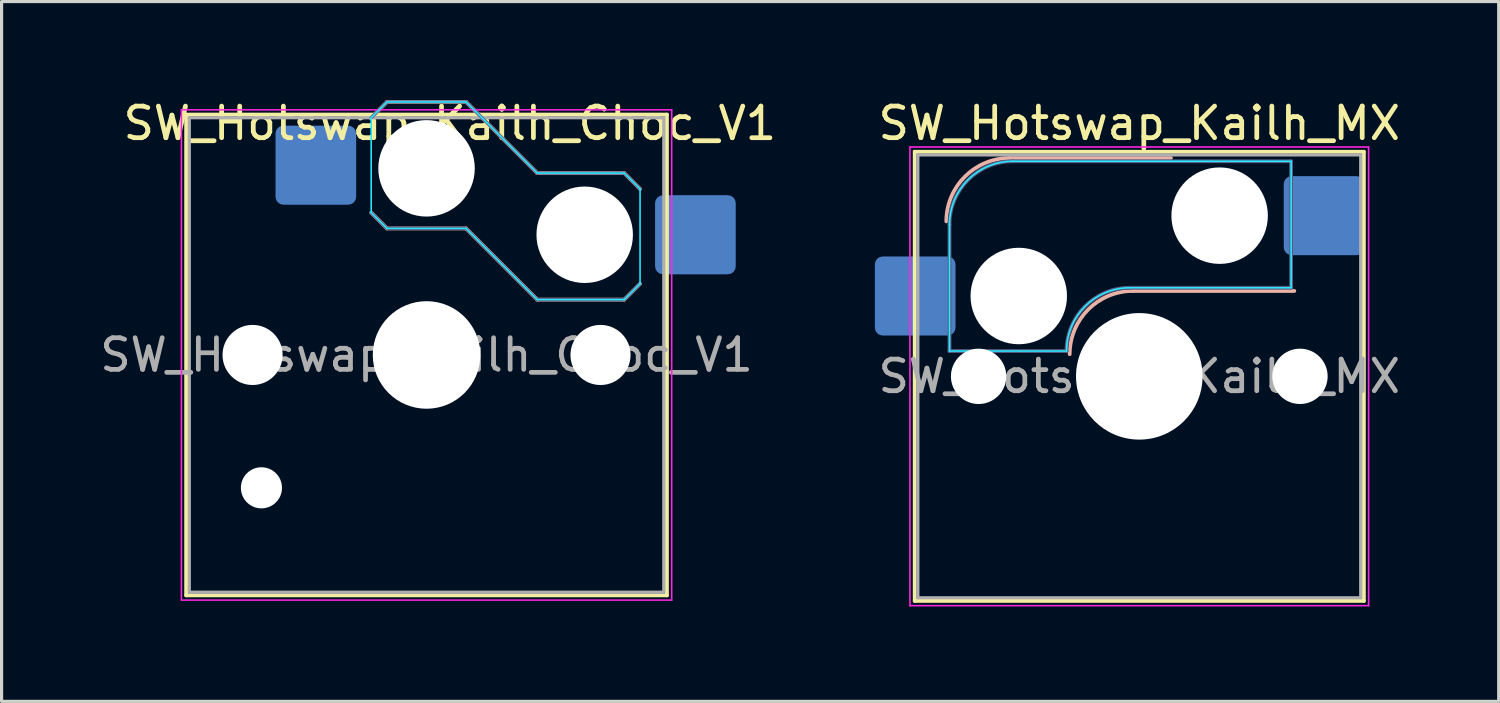
<source format=kicad_pcb>
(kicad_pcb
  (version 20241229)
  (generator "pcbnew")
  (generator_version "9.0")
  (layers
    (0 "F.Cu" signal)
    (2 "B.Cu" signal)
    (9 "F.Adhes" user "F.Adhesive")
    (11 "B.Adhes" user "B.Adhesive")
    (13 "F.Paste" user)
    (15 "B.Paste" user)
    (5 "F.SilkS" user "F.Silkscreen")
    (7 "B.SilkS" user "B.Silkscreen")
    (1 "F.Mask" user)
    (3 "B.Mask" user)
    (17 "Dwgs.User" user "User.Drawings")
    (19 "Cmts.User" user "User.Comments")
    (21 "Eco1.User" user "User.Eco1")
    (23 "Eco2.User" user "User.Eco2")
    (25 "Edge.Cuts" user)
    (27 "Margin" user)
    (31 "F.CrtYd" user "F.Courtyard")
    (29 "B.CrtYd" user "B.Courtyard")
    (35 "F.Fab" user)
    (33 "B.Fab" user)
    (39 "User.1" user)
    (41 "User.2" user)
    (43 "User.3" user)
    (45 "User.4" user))
  (footprint "SW_Hotswap_Kailh_Choc_V1"
    (layer "F.Cu")
    (at 10.435 8.172)
    (property "Reference" "SW_Hotswap_Kailh_Choc_V1" (at 0.736 -7.323 0) (layer "F.SilkS") (effects (font (size 1 1) (thickness 0.15))))
    (attr smd)
    (fp_line (start -7.6 -7.6) (end -7.6 7.6) (stroke (width 0.12) (type solid)) (layer "F.SilkS"))
    (fp_line (start -7.6 7.6) (end 7.6 7.6) (stroke (width 0.12) (type solid)) (layer "F.SilkS"))
    (fp_line (start 7.6 -7.6) (end -7.6 -7.6) (stroke (width 0.12) (type solid)) (layer "F.SilkS"))
    (fp_line (start 7.6 7.6) (end 7.6 -7.6) (stroke (width 0.12) (type solid)) (layer "F.SilkS"))
    (fp_line (start -1.75 -7.5) (end -1.25 -8) (stroke (width 0.12) (type solid)) (layer "B.SilkS"))
    (fp_line (start -1.25 -8) (end 1.25 -8) (stroke (width 0.12) (type solid)) (layer "B.SilkS"))
    (fp_line (start -1.25 -4) (end -1.75 -4.5) (stroke (width 0.12) (type solid)) (layer "B.SilkS"))
    (fp_line (start 1.25 -8) (end 3.5 -5.75) (stroke (width 0.12) (type solid)) (layer "B.SilkS"))
    (fp_line (start 1.25 -4) (end -1.25 -4) (stroke (width 0.12) (type solid)) (layer "B.SilkS"))
    (fp_line (start 3.5 -5.75) (end 6.25 -5.75) (stroke (width 0.12) (type solid)) (layer "B.SilkS"))
    (fp_line (start 3.5 -1.75) (end 1.25 -4) (stroke (width 0.12) (type solid)) (layer "B.SilkS"))
    (fp_line (start 6.25 -5.75) (end 6.75 -5.25) (stroke (width 0.12) (type solid)) (layer "B.SilkS"))
    (fp_line (start 6.25 -1.75) (end 3.5 -1.75) (stroke (width 0.12) (type solid)) (layer "B.SilkS"))
    (fp_line (start 6.75 -2.25) (end 6.25 -1.75) (stroke (width 0.12) (type solid)) (layer "B.SilkS"))
    (fp_line (start -7.25 -7.25) (end -7.25 7.25) (stroke (width 0.1) (type solid)) (layer "Eco1.User"))
    (fp_line (start -7.25 7.25) (end 7.25 7.25) (stroke (width 0.1) (type solid)) (layer "Eco1.User"))
    (fp_line (start 7.25 -7.25) (end -7.25 -7.25) (stroke (width 0.1) (type solid)) (layer "Eco1.User"))
    (fp_line (start 7.25 7.25) (end 7.25 -7.25) (stroke (width 0.1) (type solid)) (layer "Eco1.User"))
    (fp_line (start -1.75 -7.5) (end -1.25 -8) (stroke (width 0.05) (type solid)) (layer "B.CrtYd"))
    (fp_line (start -1.75 -4.5) (end -1.75 -7.5) (stroke (width 0.05) (type solid)) (layer "B.CrtYd"))
    (fp_line (start -1.25 -8) (end 1.25 -8) (stroke (width 0.05) (type solid)) (layer "B.CrtYd"))
    (fp_line (start -1.25 -4) (end -1.75 -4.5) (stroke (width 0.05) (type solid)) (layer "B.CrtYd"))
    (fp_line (start 1.25 -8) (end 3.5 -5.75) (stroke (width 0.05) (type solid)) (layer "B.CrtYd"))
    (fp_line (start 1.25 -4) (end -1.25 -4) (stroke (width 0.05) (type solid)) (layer "B.CrtYd"))
    (fp_line (start 3.5 -5.75) (end 6.25 -5.75) (stroke (width 0.05) (type solid)) (layer "B.CrtYd"))
    (fp_line (start 3.5 -1.75) (end 1.25 -4) (stroke (width 0.05) (type solid)) (layer "B.CrtYd"))
    (fp_line (start 6.25 -5.75) (end 6.75 -5.25) (stroke (width 0.05) (type solid)) (layer "B.CrtYd"))
    (fp_line (start 6.25 -1.75) (end 3.5 -1.75) (stroke (width 0.05) (type solid)) (layer "B.CrtYd"))
    (fp_line (start 6.75 -5.25) (end 6.75 -2.25) (stroke (width 0.05) (type solid)) (layer "B.CrtYd"))
    (fp_line (start 6.75 -2.25) (end 6.25 -1.75) (stroke (width 0.05) (type solid)) (layer "B.CrtYd"))
    (fp_line (start -7.75 -7.75) (end -7.75 7.75) (stroke (width 0.05) (type solid)) (layer "F.CrtYd"))
    (fp_line (start -7.75 7.75) (end 7.75 7.75) (stroke (width 0.05) (type solid)) (layer "F.CrtYd"))
    (fp_line (start 7.75 -7.75) (end -7.75 -7.75) (stroke (width 0.05) (type solid)) (layer "F.CrtYd"))
    (fp_line (start 7.75 7.75) (end 7.75 -7.75) (stroke (width 0.05) (type solid)) (layer "F.CrtYd"))
    (fp_line (start -1.75 -7.5) (end -1.25 -8) (stroke (width 0.1) (type solid)) (layer "B.Fab"))
    (fp_line (start -1.25 -8) (end 1.25 -8) (stroke (width 0.1) (type solid)) (layer "B.Fab"))
    (fp_line (start -1.25 -4) (end -1.75 -4.5) (stroke (width 0.1) (type solid)) (layer "B.Fab"))
    (fp_line (start 1.25 -8) (end 3.5 -5.75) (stroke (width 0.1) (type solid)) (layer "B.Fab"))
    (fp_line (start 1.25 -4) (end -1.25 -4) (stroke (width 0.1) (type solid)) (layer "B.Fab"))
    (fp_line (start 3.5 -5.75) (end 6.25 -5.75) (stroke (width 0.1) (type solid)) (layer "B.Fab"))
    (fp_line (start 3.5 -1.75) (end 1.25 -4) (stroke (width 0.1) (type solid)) (layer "B.Fab"))
    (fp_line (start 6.25 -5.75) (end 6.75 -5.25) (stroke (width 0.1) (type solid)) (layer "B.Fab"))
    (fp_line (start 6.25 -1.75) (end 3.5 -1.75) (stroke (width 0.1) (type solid)) (layer "B.Fab"))
    (fp_line (start 6.75 -2.25) (end 6.25 -1.75) (stroke (width 0.1) (type solid)) (layer "B.Fab"))
    (fp_line (start -7.5 -7.5) (end -7.5 7.5) (stroke (width 0.1) (type solid)) (layer "F.Fab"))
    (fp_line (start -7.5 7.5) (end 7.5 7.5) (stroke (width 0.1) (type solid)) (layer "F.Fab"))
    (fp_line (start 7.5 -7.5) (end -7.5 -7.5) (stroke (width 0.1) (type solid)) (layer "F.Fab"))
    (fp_line (start 7.5 7.5) (end 7.5 -7.5) (stroke (width 0.1) (type solid)) (layer "F.Fab"))
    (fp_text user "${REFERENCE}" (at 0 0 0) (layer "F.Fab") (effects (font (size 1 1) (thickness 0.15))))
    (pad "" np_thru_hole circle (at -5.5 0) (size 1.9 1.9) (drill 1.9) (layers "*.Cu" "*.Mask"))
    (pad "" np_thru_hole circle (at -5.22 4.2) (size 1.3 1.3) (drill 1.3) (layers "*.Cu" "*.Mask"))
    (pad "" np_thru_hole circle (at 0 -5.9) (size 3.05 3.05) (drill 3.05) (layers "*.Cu" "*.Mask"))
    (pad "" np_thru_hole circle (at 0 0) (size 3.4 3.4) (drill 3.4) (layers "*.Cu" "*.Mask"))
    (pad "" np_thru_hole circle (at 5 -3.8) (size 3.05 3.05) (drill 3.05) (layers "*.Cu" "*.Mask"))
    (pad "" np_thru_hole circle (at 5.5 0) (size 1.9 1.9) (drill 1.9) (layers "*.Cu" "*.Mask"))
    (pad "1" smd roundrect (at -3.5 -6) (size 2.55 2.5) (layers "B.Cu" "B.Mask" "B.Paste") (roundrect_rratio 0.1))
    (pad "2" smd roundrect (at 8.5 -3.8) (size 2.55 2.5) (layers "B.Cu" "B.Mask" "B.Paste") (roundrect_rratio 0.1)))
  (footprint "SW_Hotswap_Kailh_MX"
    (layer "F.Cu")
    (at 32.968 8.848)
    (property "Reference" "SW_Hotswap_Kailh_MX" (at 0 -8 0) (layer "F.SilkS") (effects (font (size 1 1) (thickness 0.15))))
    (attr smd)
    (fp_line (start -7.1 -7.1) (end -7.1 7.1) (stroke (width 0.12) (type solid)) (layer "F.SilkS"))
    (fp_line (start -7.1 7.1) (end 7.1 7.1) (stroke (width 0.12) (type solid)) (layer "F.SilkS"))
    (fp_line (start 7.1 -7.1) (end -7.1 -7.1) (stroke (width 0.12) (type solid)) (layer "F.SilkS"))
    (fp_line (start 7.1 7.1) (end 7.1 -7.1) (stroke (width 0.12) (type solid)) (layer "F.SilkS"))
    (fp_line (start -4.1 -6.9) (end 1 -6.9) (stroke (width 0.12) (type solid)) (layer "B.SilkS"))
    (fp_line (start -0.2 -2.7) (end 4.9 -2.7) (stroke (width 0.12) (type solid)) (layer "B.SilkS"))
    (fp_arc (start -6.1 -4.9) (mid -5.514214 -6.314214) (end -4.1 -6.9) (stroke (width 0.12) (type solid)) (layer "B.SilkS"))
    (fp_arc (start -2.2 -0.7) (mid -1.614214 -2.114214) (end -0.2 -2.7) (stroke (width 0.12) (type solid)) (layer "B.SilkS"))
    (fp_line (start -7.8 -6) (end -7 -6) (stroke (width 0.1) (type solid)) (layer "Eco1.User"))
    (fp_line (start -7.8 -2.9) (end -7.8 -6) (stroke (width 0.1) (type solid)) (layer "Eco1.User"))
    (fp_line (start -7.8 2.9) (end -7 2.9) (stroke (width 0.1) (type solid)) (layer "Eco1.User"))
    (fp_line (start -7.8 6) (end -7.8 2.9) (stroke (width 0.1) (type solid)) (layer "Eco1.User"))
    (fp_line (start -7 -7) (end 7 -7) (stroke (width 0.1) (type solid)) (layer "Eco1.User"))
    (fp_line (start -7 -6) (end -7 -7) (stroke (width 0.1) (type solid)) (layer "Eco1.User"))
    (fp_line (start -7 -2.9) (end -7.8 -2.9) (stroke (width 0.1) (type solid)) (layer "Eco1.User"))
    (fp_line (start -7 2.9) (end -7 -2.9) (stroke (width 0.1) (type solid)) (layer "Eco1.User"))
    (fp_line (start -7 6) (end -7.8 6) (stroke (width 0.1) (type solid)) (layer "Eco1.User"))
    (fp_line (start -7 7) (end -7 6) (stroke (width 0.1) (type solid)) (layer "Eco1.User"))
    (fp_line (start 7 -7) (end 7 -6) (stroke (width 0.1) (type solid)) (layer "Eco1.User"))
    (fp_line (start 7 -6) (end 7.8 -6) (stroke (width 0.1) (type solid)) (layer "Eco1.User"))
    (fp_line (start 7 -2.9) (end 7 2.9) (stroke (width 0.1) (type solid)) (layer "Eco1.User"))
    (fp_line (start 7 2.9) (end 7.8 2.9) (stroke (width 0.1) (type solid)) (layer "Eco1.User"))
    (fp_line (start 7 6) (end 7 7) (stroke (width 0.1) (type solid)) (layer "Eco1.User"))
    (fp_line (start 7 7) (end -7 7) (stroke (width 0.1) (type solid)) (layer "Eco1.User"))
    (fp_line (start 7.8 -6) (end 7.8 -2.9) (stroke (width 0.1) (type solid)) (layer "Eco1.User"))
    (fp_line (start 7.8 -2.9) (end 7 -2.9) (stroke (width 0.1) (type solid)) (layer "Eco1.User"))
    (fp_line (start 7.8 2.9) (end 7.8 6) (stroke (width 0.1) (type solid)) (layer "Eco1.User"))
    (fp_line (start 7.8 6) (end 7 6) (stroke (width 0.1) (type solid)) (layer "Eco1.User"))
    (fp_line (start -6 -0.8) (end -6 -4.8) (stroke (width 0.05) (type solid)) (layer "B.CrtYd"))
    (fp_line (start -6 -0.8) (end -2.3 -0.8) (stroke (width 0.05) (type solid)) (layer "B.CrtYd"))
    (fp_line (start -4 -6.8) (end 4.8 -6.8) (stroke (width 0.05) (type solid)) (layer "B.CrtYd"))
    (fp_line (start -0.3 -2.8) (end 4.8 -2.8) (stroke (width 0.05) (type solid)) (layer "B.CrtYd"))
    (fp_line (start 4.8 -6.8) (end 4.8 -2.8) (stroke (width 0.05) (type solid)) (layer "B.CrtYd"))
    (fp_arc (start -6 -4.8) (mid -5.414214 -6.214214) (end -4 -6.8) (stroke (width 0.05) (type solid)) (layer "B.CrtYd"))
    (fp_arc (start -2.3 -0.8) (mid -1.714214 -2.214214) (end -0.3 -2.8) (stroke (width 0.05) (type solid)) (layer "B.CrtYd"))
    (fp_line (start -7.25 -7.25) (end -7.25 7.25) (stroke (width 0.05) (type solid)) (layer "F.CrtYd"))
    (fp_line (start -7.25 7.25) (end 7.25 7.25) (stroke (width 0.05) (type solid)) (layer "F.CrtYd"))
    (fp_line (start 7.25 -7.25) (end -7.25 -7.25) (stroke (width 0.05) (type solid)) (layer "F.CrtYd"))
    (fp_line (start 7.25 7.25) (end 7.25 -7.25) (stroke (width 0.05) (type solid)) (layer "F.CrtYd"))
    (fp_line (start -6 -0.8) (end -6 -4.8) (stroke (width 0.12) (type solid)) (layer "B.Fab"))
    (fp_line (start -6 -0.8) (end -2.3 -0.8) (stroke (width 0.12) (type solid)) (layer "B.Fab"))
    (fp_line (start -4 -6.8) (end 4.8 -6.8) (stroke (width 0.12) (type solid)) (layer "B.Fab"))
    (fp_line (start -0.3 -2.8) (end 4.8 -2.8) (stroke (width 0.12) (type solid)) (layer "B.Fab"))
    (fp_line (start 4.8 -6.8) (end 4.8 -2.8) (stroke (width 0.12) (type solid)) (layer "B.Fab"))
    (fp_arc (start -6 -4.8) (mid -5.414214 -6.214214) (end -4 -6.8) (stroke (width 0.12) (type solid)) (layer "B.Fab"))
    (fp_arc (start -2.3 -0.8) (mid -1.714214 -2.214214) (end -0.3 -2.8) (stroke (width 0.12) (type solid)) (layer "B.Fab"))
    (fp_line (start -7 -7) (end -7 7) (stroke (width 0.1) (type solid)) (layer "F.Fab"))
    (fp_line (start -7 7) (end 7 7) (stroke (width 0.1) (type solid)) (layer "F.Fab"))
    (fp_line (start 7 -7) (end -7 -7) (stroke (width 0.1) (type solid)) (layer "F.Fab"))
    (fp_line (start 7 7) (end 7 -7) (stroke (width 0.1) (type solid)) (layer "F.Fab"))
    (fp_text user "${REFERENCE}" (at 0 0 0) (layer "F.Fab") (effects (font (size 1 1) (thickness 0.15))))
    (pad "" np_thru_hole circle (at -5.08 0) (size 1.75 1.75) (drill 1.75) (layers "*.Cu" "*.Mask"))
    (pad "" np_thru_hole circle (at -3.81 -2.54) (size 3.05 3.05) (drill 3.05) (layers "*.Cu" "*.Mask"))
    (pad "" np_thru_hole circle (at 0 0) (size 4 4) (drill 4) (layers "*.Cu" "*.Mask"))
    (pad "" np_thru_hole circle (at 2.54 -5.08) (size 3.05 3.05) (drill 3.05) (layers "*.Cu" "*.Mask"))
    (pad "" np_thru_hole circle (at 5.08 0) (size 1.75 1.75) (drill 1.75) (layers "*.Cu" "*.Mask"))
    (pad "1" smd roundrect (at -7.085 -2.54) (size 2.55 2.5) (layers "B.Cu" "B.Mask" "B.Paste") (roundrect_rratio 0.1))
    (pad "2" smd roundrect (at 5.842 -5.08) (size 2.55 2.5) (layers "B.Cu" "B.Mask" "B.Paste") (roundrect_rratio 0.1)))
  (gr_rect
    (start -3 -3)
    (end 44.331 19.123)
    (stroke (width 0.1) (type default))
    (fill no)
    (layer "Edge.Cuts")))
</source>
